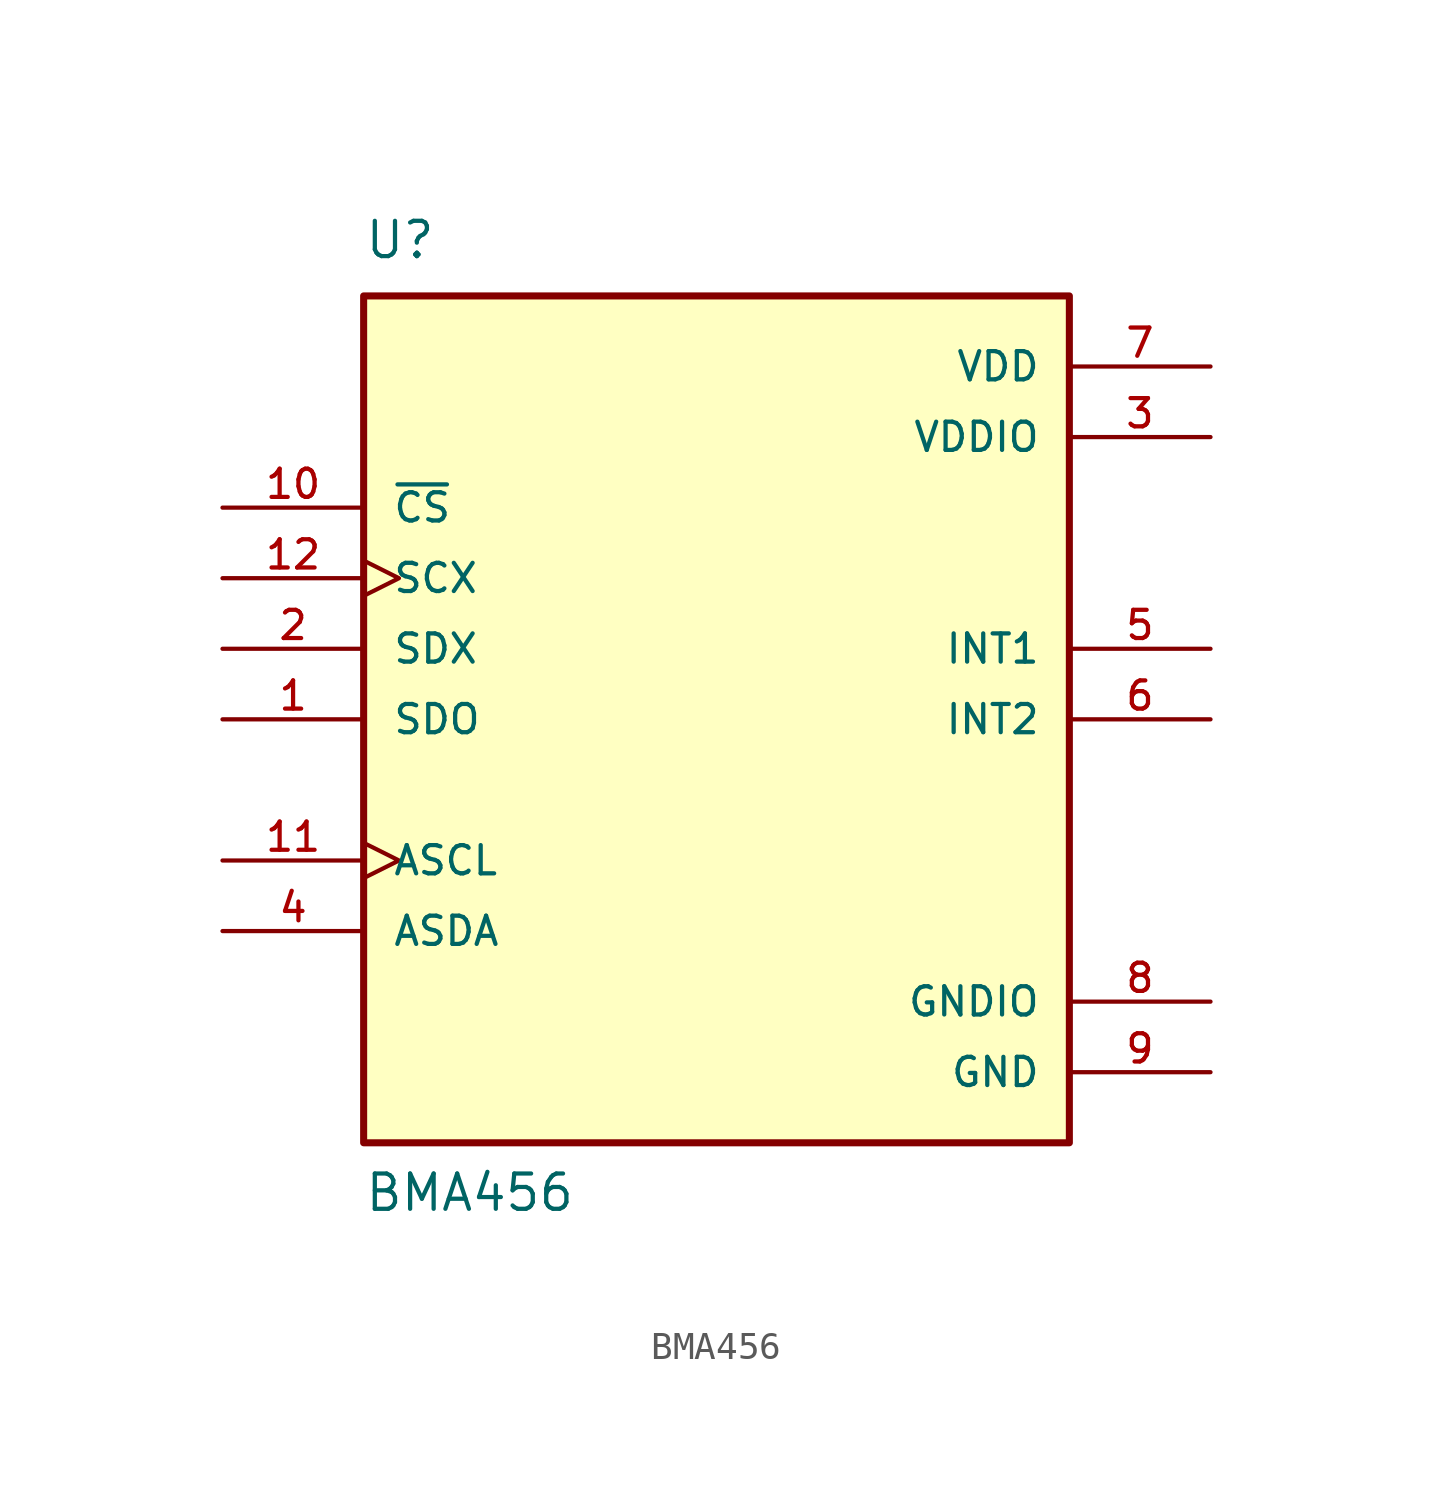
<source format=kicad_sym>
(kicad_symbol_lib
  (version 20211014)
  (generator kicad_symbol_editor)
  (symbol "BMA456"
    (pin_names
      (offset 1.016))
    (property "Reference" "U"
      (at -12.7 16.51 0)
      (effects (font (size 1.27 1.27)) (justify bottom left)))
    (property "Value" "BMA456"
      (at -12.7 -17.78 0)
      (effects (font (size 1.27 1.27)) (justify bottom left)))
    (symbol "BMA456_0_0"
      (rectangle (start -12.7 -15.24) (end 12.7 15.24) (stroke (width 0.254)) (fill (type background)))
      (pin bidirectional line (at -17.78 2.54 0) (length 5.08) (name "SDX" (effects (font (size 1.016 1.016)))) (number "2" (effects (font (size 1.016 1.016)))))
      (pin bidirectional line (at -17.78 0.0 0) (length 5.08) (name "SDO" (effects (font (size 1.016 1.016)))) (number "1" (effects (font (size 1.016 1.016)))))
      (pin input line (at -17.78 7.62 0) (length 5.08) (name "~{CS}" (effects (font (size 1.016 1.016)))) (number "10" (effects (font (size 1.016 1.016)))))
      (pin power_in line (at 17.78 10.16 180.0) (length 5.08) (name "VDDIO" (effects (font (size 1.016 1.016)))) (number "3" (effects (font (size 1.016 1.016)))))
      (pin bidirectional line (at 17.78 2.54 180.0) (length 5.08) (name "INT1" (effects (font (size 1.016 1.016)))) (number "5" (effects (font (size 1.016 1.016)))))
      (pin bidirectional line (at 17.78 0.0 180.0) (length 5.08) (name "INT2" (effects (font (size 1.016 1.016)))) (number "6" (effects (font (size 1.016 1.016)))))
      (pin power_in line (at 17.78 12.7 180.0) (length 5.08) (name "VDD" (effects (font (size 1.016 1.016)))) (number "7" (effects (font (size 1.016 1.016)))))
      (pin output clock (at -17.78 -5.08 0) (length 5.08) (name "ASCL" (effects (font (size 1.016 1.016)))) (number "11" (effects (font (size 1.016 1.016)))))
      (pin input clock (at -17.78 5.08 0) (length 5.08) (name "SCX" (effects (font (size 1.016 1.016)))) (number "12" (effects (font (size 1.016 1.016)))))
      (pin bidirectional line (at -17.78 -7.62 0) (length 5.08) (name "ASDA" (effects (font (size 1.016 1.016)))) (number "4" (effects (font (size 1.016 1.016)))))
      (pin power_in line (at 17.78 -10.16 180.0) (length 5.08) (name "GNDIO" (effects (font (size 1.016 1.016)))) (number "8" (effects (font (size 1.016 1.016)))))
      (pin power_in line (at 17.78 -12.7 180.0) (length 5.08) (name "GND" (effects (font (size 1.016 1.016)))) (number "9" (effects (font (size 1.016 1.016))))))))
</source>
